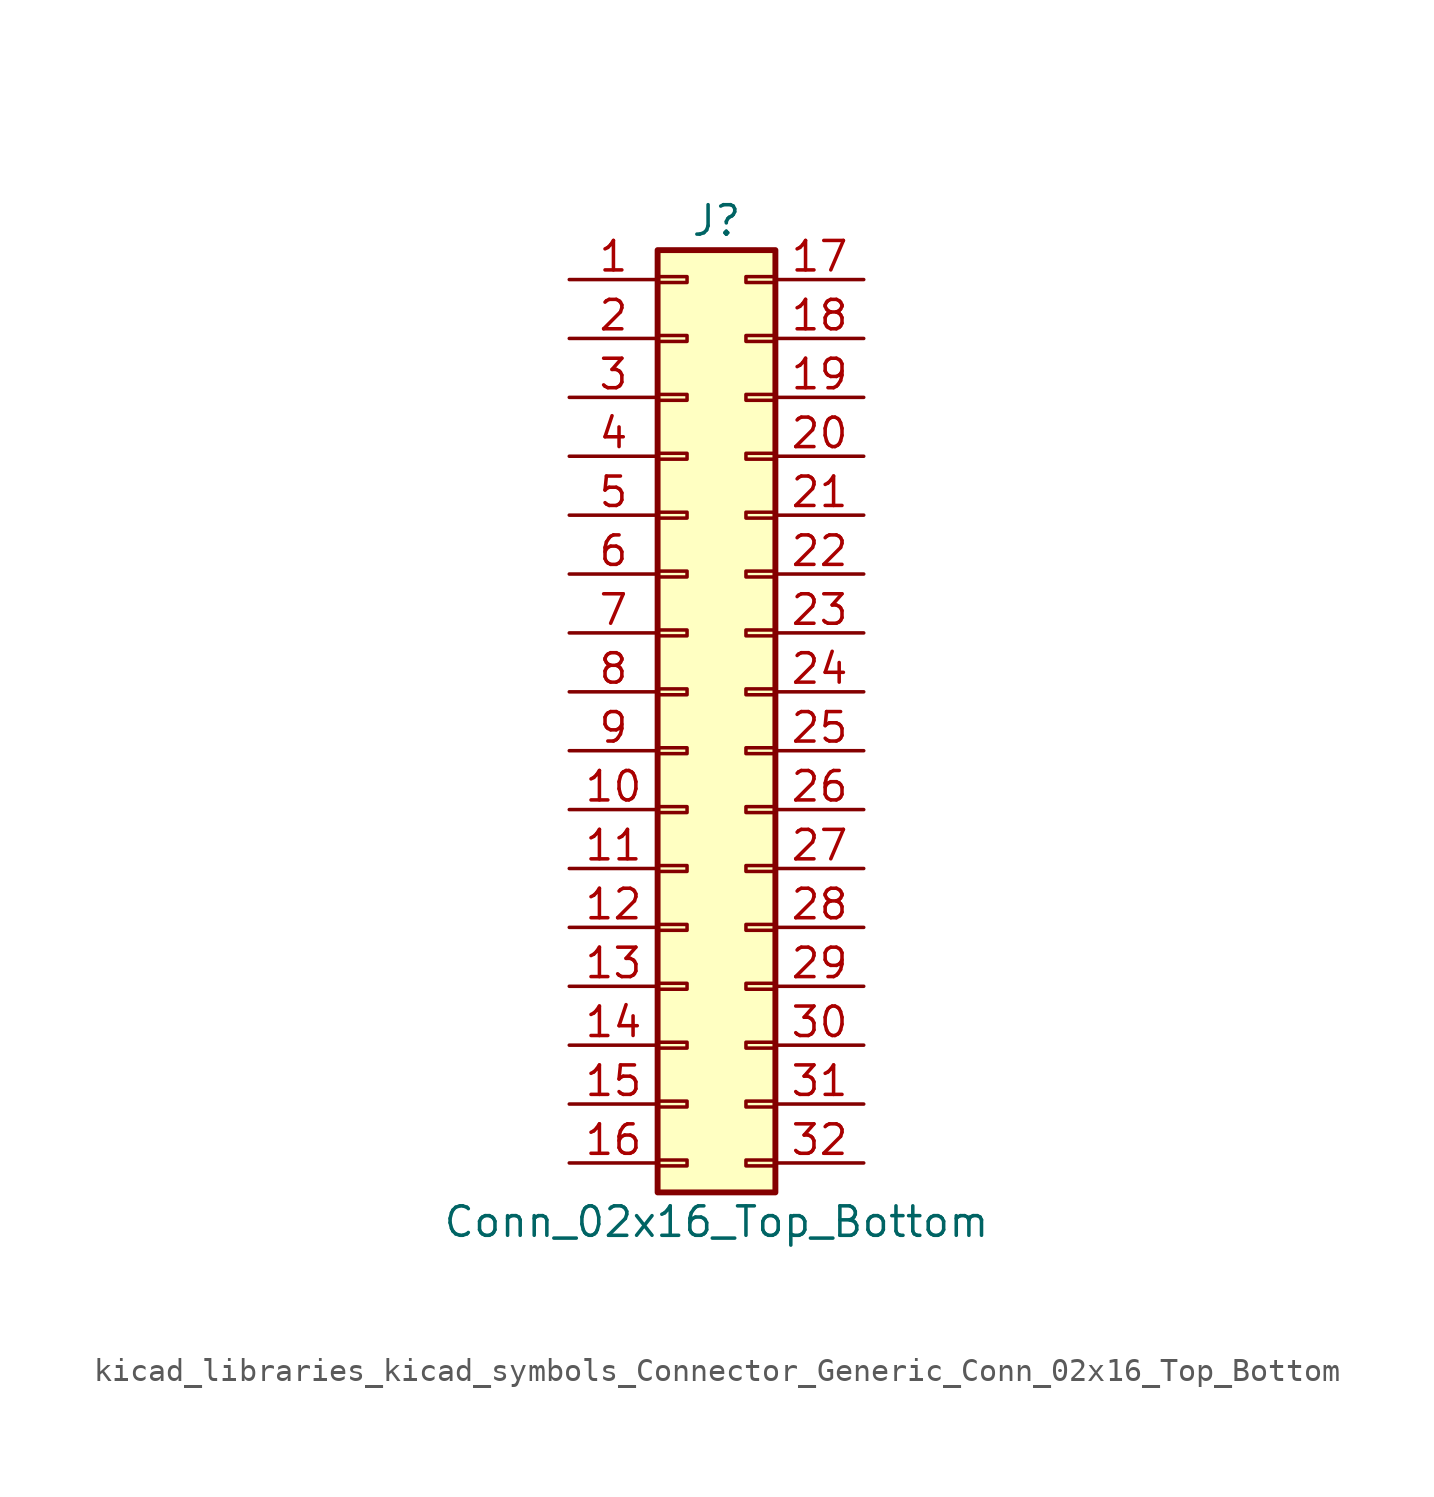
<source format=kicad_sym>
(kicad_symbol_lib
  (version 20220914)
  (generator kicad_symbol_editor)
  (symbol "kicad_libraries_kicad_symbols_Connector_Generic_Conn_02x16_Top_Bottom"
    (pin_names
      (offset 1.016) hide)
    (property "Reference" "J"
      (at 1.27 20.32 0)
      (effects (font (size 1.27 1.27))))
    (property "Value" "Conn_02x16_Top_Bottom"
      (at 1.27 -22.86 0)
      (effects (font (size 1.27 1.27))))
    (symbol "kicad_libraries_kicad_symbols_Connector_Generic_Conn_02x16_Top_Bottom_1_1"
      (rectangle (start -1.27 -20.193) (end 0 -20.447) (stroke (width 0.152) (type default)) (fill (type none)))
      (rectangle (start -1.27 -17.653) (end 0 -17.907) (stroke (width 0.152) (type default)) (fill (type none)))
      (rectangle (start -1.27 -15.113) (end 0 -15.367) (stroke (width 0.152) (type default)) (fill (type none)))
      (rectangle (start -1.27 -12.573) (end 0 -12.827) (stroke (width 0.152) (type default)) (fill (type none)))
      (rectangle (start -1.27 -10.033) (end 0 -10.287) (stroke (width 0.152) (type default)) (fill (type none)))
      (rectangle (start -1.27 -7.493) (end 0 -7.747) (stroke (width 0.152) (type default)) (fill (type none)))
      (rectangle (start -1.27 -4.953) (end 0 -5.207) (stroke (width 0.152) (type default)) (fill (type none)))
      (rectangle (start -1.27 -2.413) (end 0 -2.667) (stroke (width 0.152) (type default)) (fill (type none)))
      (rectangle (start -1.27 0.127) (end 0 -0.127) (stroke (width 0.152) (type default)) (fill (type none)))
      (rectangle (start -1.27 2.667) (end 0 2.413) (stroke (width 0.152) (type default)) (fill (type none)))
      (rectangle (start -1.27 5.207) (end 0 4.953) (stroke (width 0.152) (type default)) (fill (type none)))
      (rectangle (start -1.27 7.747) (end 0 7.493) (stroke (width 0.152) (type default)) (fill (type none)))
      (rectangle (start -1.27 10.287) (end 0 10.033) (stroke (width 0.152) (type default)) (fill (type none)))
      (rectangle (start -1.27 12.827) (end 0 12.573) (stroke (width 0.152) (type default)) (fill (type none)))
      (rectangle (start -1.27 15.367) (end 0 15.113) (stroke (width 0.152) (type default)) (fill (type none)))
      (rectangle (start -1.27 17.907) (end 0 17.653) (stroke (width 0.152) (type default)) (fill (type none)))
      (rectangle (start -1.27 19.05) (end 3.81 -21.59) (stroke (width 0.254) (type default)) (fill (type background)))
      (rectangle (start 3.81 -20.193) (end 2.54 -20.447) (stroke (width 0.152) (type default)) (fill (type none)))
      (rectangle (start 3.81 -17.653) (end 2.54 -17.907) (stroke (width 0.152) (type default)) (fill (type none)))
      (rectangle (start 3.81 -15.113) (end 2.54 -15.367) (stroke (width 0.152) (type default)) (fill (type none)))
      (rectangle (start 3.81 -12.573) (end 2.54 -12.827) (stroke (width 0.152) (type default)) (fill (type none)))
      (rectangle (start 3.81 -10.033) (end 2.54 -10.287) (stroke (width 0.152) (type default)) (fill (type none)))
      (rectangle (start 3.81 -7.493) (end 2.54 -7.747) (stroke (width 0.152) (type default)) (fill (type none)))
      (rectangle (start 3.81 -4.953) (end 2.54 -5.207) (stroke (width 0.152) (type default)) (fill (type none)))
      (rectangle (start 3.81 -2.413) (end 2.54 -2.667) (stroke (width 0.152) (type default)) (fill (type none)))
      (rectangle (start 3.81 0.127) (end 2.54 -0.127) (stroke (width 0.152) (type default)) (fill (type none)))
      (rectangle (start 3.81 2.667) (end 2.54 2.413) (stroke (width 0.152) (type default)) (fill (type none)))
      (rectangle (start 3.81 5.207) (end 2.54 4.953) (stroke (width 0.152) (type default)) (fill (type none)))
      (rectangle (start 3.81 7.747) (end 2.54 7.493) (stroke (width 0.152) (type default)) (fill (type none)))
      (rectangle (start 3.81 10.287) (end 2.54 10.033) (stroke (width 0.152) (type default)) (fill (type none)))
      (rectangle (start 3.81 12.827) (end 2.54 12.573) (stroke (width 0.152) (type default)) (fill (type none)))
      (rectangle (start 3.81 15.367) (end 2.54 15.113) (stroke (width 0.152) (type default)) (fill (type none)))
      (rectangle (start 3.81 17.907) (end 2.54 17.653) (stroke (width 0.152) (type default)) (fill (type none)))
      (pin passive line (at -5.08 17.78 0) (length 3.81) (name "Pin_1" (effects (font (size 1.27 1.27)))) (number "1" (effects (font (size 1.27 1.27)))))
      (pin passive line (at -5.08 -5.08 0) (length 3.81) (name "Pin_10" (effects (font (size 1.27 1.27)))) (number "10" (effects (font (size 1.27 1.27)))))
      (pin passive line (at -5.08 -7.62 0) (length 3.81) (name "Pin_11" (effects (font (size 1.27 1.27)))) (number "11" (effects (font (size 1.27 1.27)))))
      (pin passive line (at -5.08 -10.16 0) (length 3.81) (name "Pin_12" (effects (font (size 1.27 1.27)))) (number "12" (effects (font (size 1.27 1.27)))))
      (pin passive line (at -5.08 -12.7 0) (length 3.81) (name "Pin_13" (effects (font (size 1.27 1.27)))) (number "13" (effects (font (size 1.27 1.27)))))
      (pin passive line (at -5.08 -15.24 0) (length 3.81) (name "Pin_14" (effects (font (size 1.27 1.27)))) (number "14" (effects (font (size 1.27 1.27)))))
      (pin passive line (at -5.08 -17.78 0) (length 3.81) (name "Pin_15" (effects (font (size 1.27 1.27)))) (number "15" (effects (font (size 1.27 1.27)))))
      (pin passive line (at -5.08 -20.32 0) (length 3.81) (name "Pin_16" (effects (font (size 1.27 1.27)))) (number "16" (effects (font (size 1.27 1.27)))))
      (pin passive line (at 7.62 17.78 180) (length 3.81) (name "Pin_17" (effects (font (size 1.27 1.27)))) (number "17" (effects (font (size 1.27 1.27)))))
      (pin passive line (at 7.62 15.24 180) (length 3.81) (name "Pin_18" (effects (font (size 1.27 1.27)))) (number "18" (effects (font (size 1.27 1.27)))))
      (pin passive line (at 7.62 12.7 180) (length 3.81) (name "Pin_19" (effects (font (size 1.27 1.27)))) (number "19" (effects (font (size 1.27 1.27)))))
      (pin passive line (at -5.08 15.24 0) (length 3.81) (name "Pin_2" (effects (font (size 1.27 1.27)))) (number "2" (effects (font (size 1.27 1.27)))))
      (pin passive line (at 7.62 10.16 180) (length 3.81) (name "Pin_20" (effects (font (size 1.27 1.27)))) (number "20" (effects (font (size 1.27 1.27)))))
      (pin passive line (at 7.62 7.62 180) (length 3.81) (name "Pin_21" (effects (font (size 1.27 1.27)))) (number "21" (effects (font (size 1.27 1.27)))))
      (pin passive line (at 7.62 5.08 180) (length 3.81) (name "Pin_22" (effects (font (size 1.27 1.27)))) (number "22" (effects (font (size 1.27 1.27)))))
      (pin passive line (at 7.62 2.54 180) (length 3.81) (name "Pin_23" (effects (font (size 1.27 1.27)))) (number "23" (effects (font (size 1.27 1.27)))))
      (pin passive line (at 7.62 0 180) (length 3.81) (name "Pin_24" (effects (font (size 1.27 1.27)))) (number "24" (effects (font (size 1.27 1.27)))))
      (pin passive line (at 7.62 -2.54 180) (length 3.81) (name "Pin_25" (effects (font (size 1.27 1.27)))) (number "25" (effects (font (size 1.27 1.27)))))
      (pin passive line (at 7.62 -5.08 180) (length 3.81) (name "Pin_26" (effects (font (size 1.27 1.27)))) (number "26" (effects (font (size 1.27 1.27)))))
      (pin passive line (at 7.62 -7.62 180) (length 3.81) (name "Pin_27" (effects (font (size 1.27 1.27)))) (number "27" (effects (font (size 1.27 1.27)))))
      (pin passive line (at 7.62 -10.16 180) (length 3.81) (name "Pin_28" (effects (font (size 1.27 1.27)))) (number "28" (effects (font (size 1.27 1.27)))))
      (pin passive line (at 7.62 -12.7 180) (length 3.81) (name "Pin_29" (effects (font (size 1.27 1.27)))) (number "29" (effects (font (size 1.27 1.27)))))
      (pin passive line (at -5.08 12.7 0) (length 3.81) (name "Pin_3" (effects (font (size 1.27 1.27)))) (number "3" (effects (font (size 1.27 1.27)))))
      (pin passive line (at 7.62 -15.24 180) (length 3.81) (name "Pin_30" (effects (font (size 1.27 1.27)))) (number "30" (effects (font (size 1.27 1.27)))))
      (pin passive line (at 7.62 -17.78 180) (length 3.81) (name "Pin_31" (effects (font (size 1.27 1.27)))) (number "31" (effects (font (size 1.27 1.27)))))
      (pin passive line (at 7.62 -20.32 180) (length 3.81) (name "Pin_32" (effects (font (size 1.27 1.27)))) (number "32" (effects (font (size 1.27 1.27)))))
      (pin passive line (at -5.08 10.16 0) (length 3.81) (name "Pin_4" (effects (font (size 1.27 1.27)))) (number "4" (effects (font (size 1.27 1.27)))))
      (pin passive line (at -5.08 7.62 0) (length 3.81) (name "Pin_5" (effects (font (size 1.27 1.27)))) (number "5" (effects (font (size 1.27 1.27)))))
      (pin passive line (at -5.08 5.08 0) (length 3.81) (name "Pin_6" (effects (font (size 1.27 1.27)))) (number "6" (effects (font (size 1.27 1.27)))))
      (pin passive line (at -5.08 2.54 0) (length 3.81) (name "Pin_7" (effects (font (size 1.27 1.27)))) (number "7" (effects (font (size 1.27 1.27)))))
      (pin passive line (at -5.08 0 0) (length 3.81) (name "Pin_8" (effects (font (size 1.27 1.27)))) (number "8" (effects (font (size 1.27 1.27)))))
      (pin passive line (at -5.08 -2.54 0) (length 3.81) (name "Pin_9" (effects (font (size 1.27 1.27)))) (number "9" (effects (font (size 1.27 1.27))))))))
</source>
